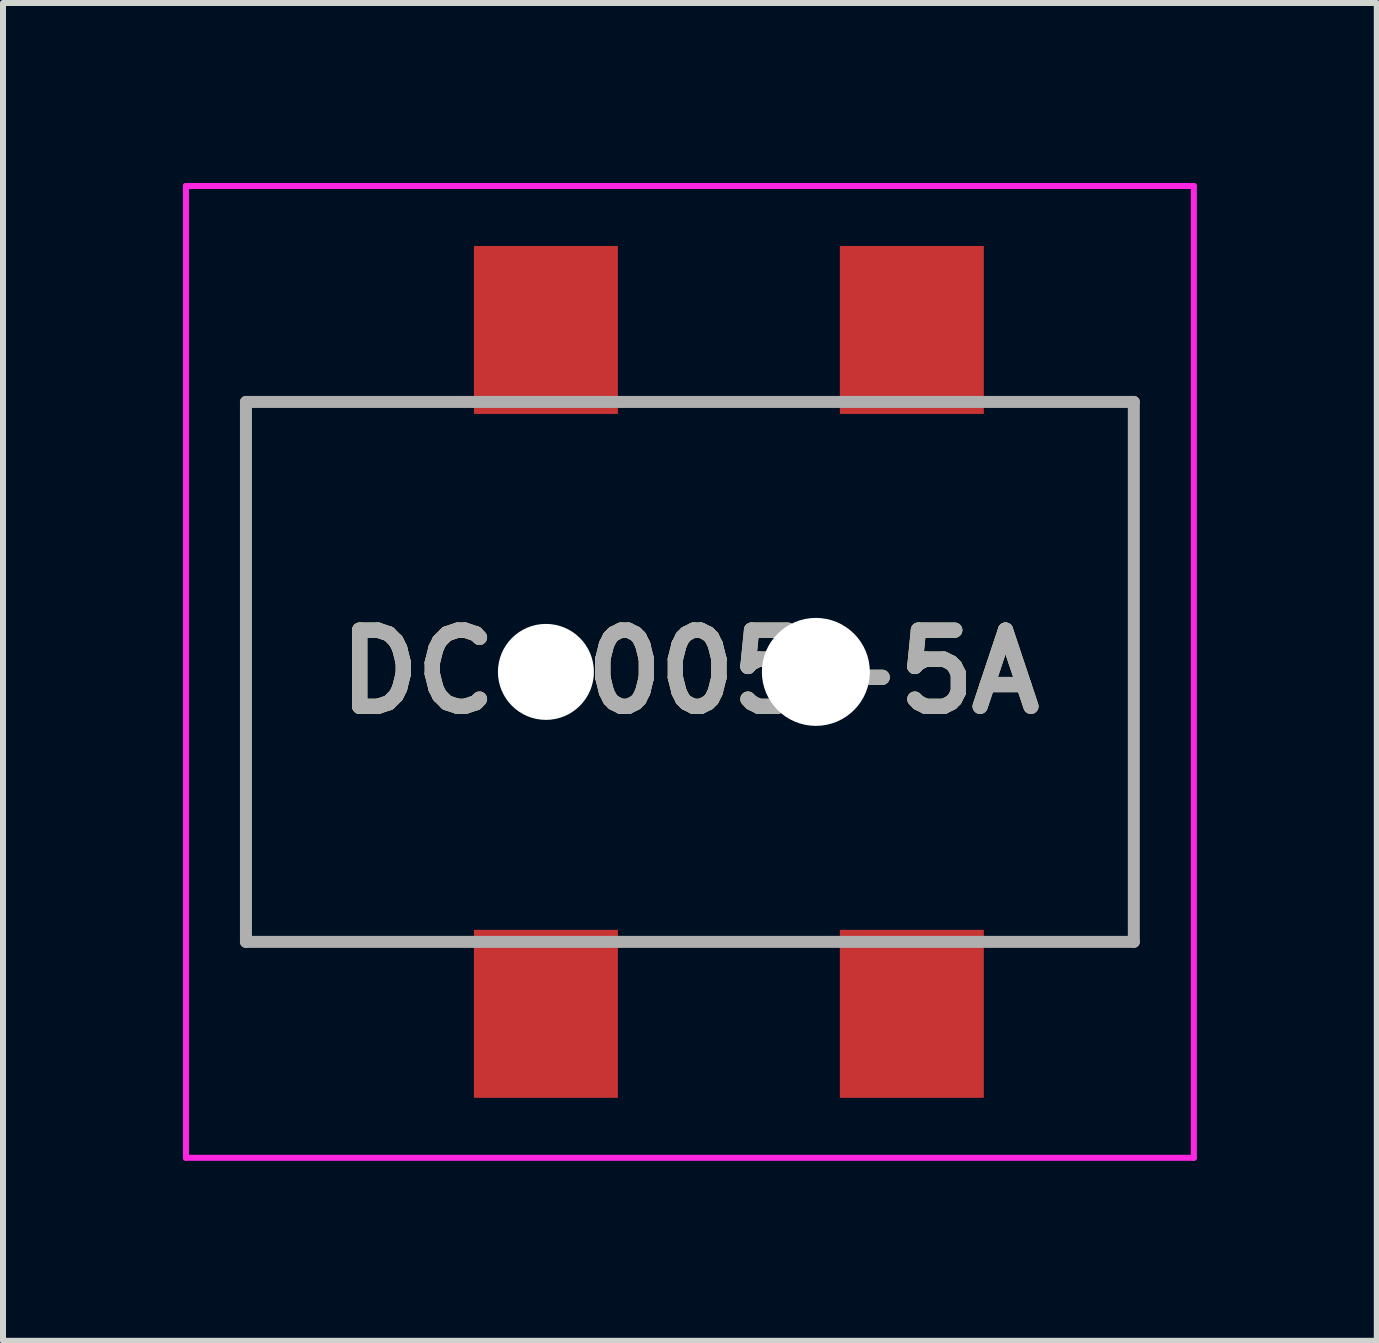
<source format=kicad_pcb>
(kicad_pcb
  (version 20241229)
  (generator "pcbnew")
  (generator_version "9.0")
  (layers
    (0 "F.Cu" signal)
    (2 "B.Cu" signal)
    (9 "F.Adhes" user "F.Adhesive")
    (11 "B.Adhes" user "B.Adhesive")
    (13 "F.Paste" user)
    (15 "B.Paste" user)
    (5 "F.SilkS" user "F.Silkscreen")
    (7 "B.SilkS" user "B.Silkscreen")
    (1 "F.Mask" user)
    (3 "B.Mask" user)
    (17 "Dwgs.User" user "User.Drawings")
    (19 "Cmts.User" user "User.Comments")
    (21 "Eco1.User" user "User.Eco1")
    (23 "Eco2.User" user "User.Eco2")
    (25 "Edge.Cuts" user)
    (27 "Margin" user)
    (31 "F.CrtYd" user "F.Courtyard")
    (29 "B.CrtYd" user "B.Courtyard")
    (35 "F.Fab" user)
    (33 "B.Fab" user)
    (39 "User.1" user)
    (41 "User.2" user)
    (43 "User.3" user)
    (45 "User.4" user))
  (footprint "DC-005-5A"
    (layer "F.Cu")
    (at 8.45 8.15)
    (property "Reference" "DC-005-5A" (at 0 0 0) (layer "F.SilkS") (effects (font (size 1.27 1.27) (thickness 0.254))))
    (attr through_hole)
    (fp_line (start -7.4 -4.5) (end -7.4 4.5) (stroke (width 0.1) (type solid)) (layer "F.SilkS"))
    (fp_line (start -7.4 4.5) (end -4.4 4.5) (stroke (width 0.1) (type solid)) (layer "F.SilkS"))
    (fp_line (start -4.4 -4.5) (end -7.4 -4.5) (stroke (width 0.1) (type solid)) (layer "F.SilkS"))
    (fp_line (start 5.6 4.5) (end 7.4 4.5) (stroke (width 0.1) (type solid)) (layer "F.SilkS"))
    (fp_line (start 7.4 -4.5) (end 5.6 -4.5) (stroke (width 0.1) (type solid)) (layer "F.SilkS"))
    (fp_line (start 7.4 4.5) (end 7.4 -4.5) (stroke (width 0.1) (type solid)) (layer "F.SilkS"))
    (fp_line (start -8.4 -8.1) (end 8.4 -8.1) (stroke (width 0.1) (type solid)) (layer "F.CrtYd"))
    (fp_line (start -8.4 8.1) (end -8.4 -8.1) (stroke (width 0.1) (type solid)) (layer "F.CrtYd"))
    (fp_line (start 8.4 -8.1) (end 8.4 8.1) (stroke (width 0.1) (type solid)) (layer "F.CrtYd"))
    (fp_line (start 8.4 8.1) (end -8.4 8.1) (stroke (width 0.1) (type solid)) (layer "F.CrtYd"))
    (fp_line (start -7.4 -4.5) (end 7.4 -4.5) (stroke (width 0.2) (type solid)) (layer "F.Fab"))
    (fp_line (start -7.4 4.5) (end -7.4 -4.5) (stroke (width 0.2) (type solid)) (layer "F.Fab"))
    (fp_line (start 7.4 -4.5) (end 7.4 4.5) (stroke (width 0.2) (type solid)) (layer "F.Fab"))
    (fp_line (start 7.4 4.5) (end -7.4 4.5) (stroke (width 0.2) (type solid)) (layer "F.Fab"))
    (fp_text user "${REFERENCE}" (at 0 0 0) (layer "F.Fab") (effects (font (size 1.27 1.27) (thickness 0.254))))
    (pad "" np_thru_hole circle (at -2.4 0) (size 1.6 1.6) (drill 1.6) (layers "*.Cu" "*.Mask"))
    (pad "" np_thru_hole circle (at 2.1 0) (size 1.8 1.8) (drill 1.8) (layers "*.Cu" "*.Mask"))
    (pad "2" smd rect (at -2.4 5.7) (size 2.4 2.8) (layers "F.Cu" "F.Mask" "F.Paste"))
    (pad "3" smd rect (at 3.7 5.7) (size 2.4 2.8) (layers "F.Cu" "F.Mask" "F.Paste"))
    (pad "A1" smd rect (at -2.4 -5.7) (size 2.4 2.8) (layers "F.Cu" "F.Mask" "F.Paste"))
    (pad "B1" smd rect (at 3.7 -5.7) (size 2.4 2.8) (layers "F.Cu" "F.Mask" "F.Paste")))
  (gr_rect
    (start -3 -3)
    (end 19.9 19.3)
    (stroke (width 0.1) (type default))
    (fill no)
    (layer "Edge.Cuts")))
</source>
